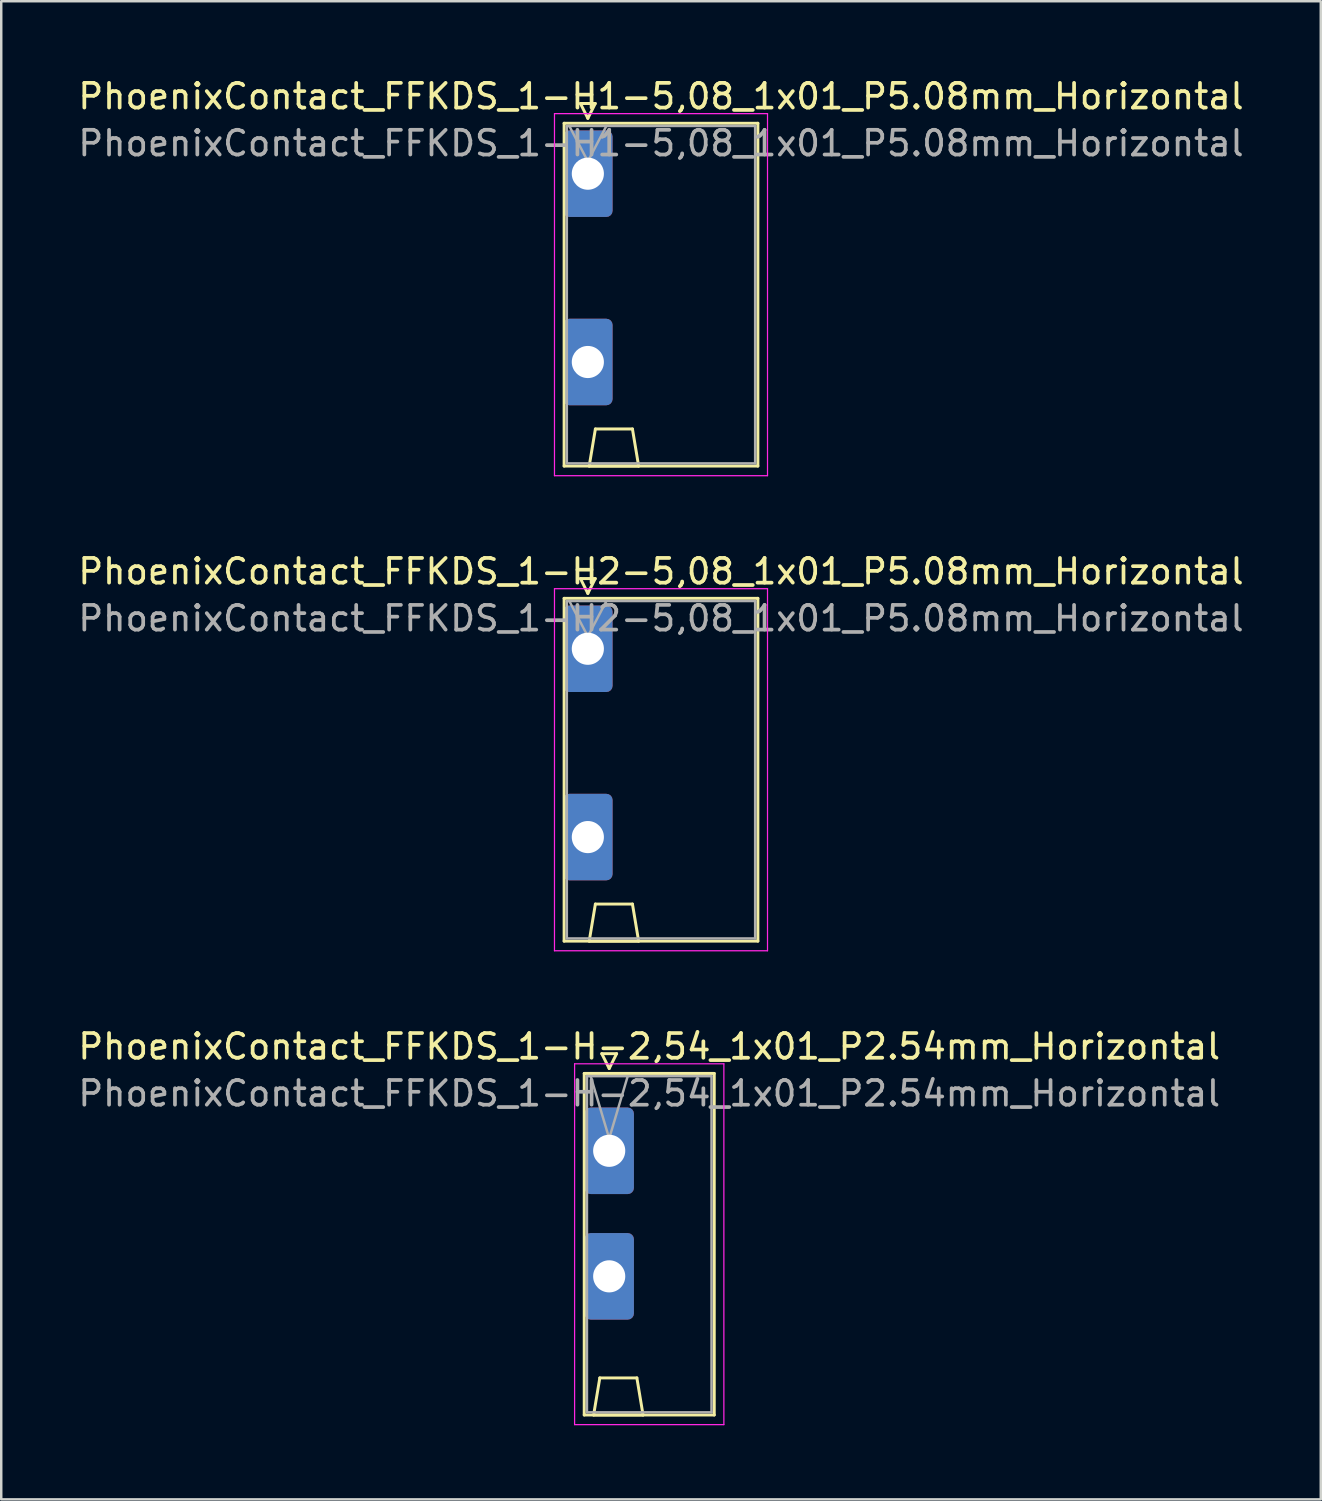
<source format=kicad_pcb>
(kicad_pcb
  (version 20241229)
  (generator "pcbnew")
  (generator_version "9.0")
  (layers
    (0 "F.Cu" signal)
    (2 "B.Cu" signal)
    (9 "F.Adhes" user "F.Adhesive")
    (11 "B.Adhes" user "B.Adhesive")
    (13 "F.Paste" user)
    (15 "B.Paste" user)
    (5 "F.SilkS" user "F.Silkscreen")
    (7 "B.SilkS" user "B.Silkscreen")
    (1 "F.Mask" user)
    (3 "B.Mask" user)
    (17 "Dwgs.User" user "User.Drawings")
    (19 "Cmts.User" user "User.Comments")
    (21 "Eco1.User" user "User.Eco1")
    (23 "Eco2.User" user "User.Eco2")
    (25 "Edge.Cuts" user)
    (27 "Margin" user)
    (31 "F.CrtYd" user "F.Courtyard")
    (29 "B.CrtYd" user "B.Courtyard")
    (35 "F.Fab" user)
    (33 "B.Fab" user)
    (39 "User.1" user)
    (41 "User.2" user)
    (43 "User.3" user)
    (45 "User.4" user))
  (footprint "PhoenixContact_FFKDS_1-H-2,54_1x01_P2.54mm_Horizontal"
    (layer "F.Cu")
    (at 21.6 43.515)
    (property "Reference" "PhoenixContact_FFKDS_1-H-2,54_1x01_P2.54mm_Horizontal" (at 1.62 -4.22 0) (layer "F.SilkS") (effects (font (size 1 1) (thickness 0.15))))
    (attr through_hole)
    (fp_line (start -1.01 -3.13) (end -1.01 10.69) (stroke (width 0.12) (type solid)) (layer "F.SilkS"))
    (fp_line (start -1.01 10.69) (end 4.25 10.69) (stroke (width 0.12) (type solid)) (layer "F.SilkS"))
    (fp_line (start -0.63 10.69) (end 1.37 10.69) (stroke (width 0.12) (type solid)) (layer "F.SilkS"))
    (fp_line (start -0.38 9.19) (end -0.63 10.69) (stroke (width 0.12) (type solid)) (layer "F.SilkS"))
    (fp_line (start -0.3 -3.93) (end 0.3 -3.93) (stroke (width 0.12) (type solid)) (layer "F.SilkS"))
    (fp_line (start 0 -3.33) (end -0.3 -3.93) (stroke (width 0.12) (type solid)) (layer "F.SilkS"))
    (fp_line (start 0.3 -3.93) (end 0 -3.33) (stroke (width 0.12) (type solid)) (layer "F.SilkS"))
    (fp_line (start 1.12 9.19) (end -0.38 9.19) (stroke (width 0.12) (type solid)) (layer "F.SilkS"))
    (fp_line (start 1.37 10.69) (end 1.12 9.19) (stroke (width 0.12) (type solid)) (layer "F.SilkS"))
    (fp_line (start 4.25 -3.13) (end -1.01 -3.13) (stroke (width 0.12) (type solid)) (layer "F.SilkS"))
    (fp_line (start 4.25 10.69) (end 4.25 -3.13) (stroke (width 0.12) (type solid)) (layer "F.SilkS"))
    (fp_line (start -1.4 -3.52) (end -1.4 11.08) (stroke (width 0.05) (type solid)) (layer "F.CrtYd"))
    (fp_line (start -1.4 11.08) (end 4.64 11.08) (stroke (width 0.05) (type solid)) (layer "F.CrtYd"))
    (fp_line (start 4.64 -3.52) (end -1.4 -3.52) (stroke (width 0.05) (type solid)) (layer "F.CrtYd"))
    (fp_line (start 4.64 11.08) (end 4.64 -3.52) (stroke (width 0.05) (type solid)) (layer "F.CrtYd"))
    (fp_line (start -0.9 -3.02) (end -0.9 10.58) (stroke (width 0.1) (type solid)) (layer "F.Fab"))
    (fp_line (start -0.9 10.58) (end 4.14 10.58) (stroke (width 0.1) (type solid)) (layer "F.Fab"))
    (fp_line (start 0 -0.5) (end -0.75 -3.02) (stroke (width 0.1) (type solid)) (layer "F.Fab"))
    (fp_line (start 0.75 -3.02) (end 0 -0.5) (stroke (width 0.1) (type solid)) (layer "F.Fab"))
    (fp_line (start 4.14 -3.02) (end -0.9 -3.02) (stroke (width 0.1) (type solid)) (layer "F.Fab"))
    (fp_line (start 4.14 10.58) (end 4.14 -3.02) (stroke (width 0.1) (type solid)) (layer "F.Fab"))
    (fp_text user "${REFERENCE}" (at 1.62 -2.32 0) (layer "F.Fab") (effects (font (size 1 1) (thickness 0.15))))
    (pad "1" thru_hole roundrect (at 0 0) (size 2 3.5) (drill 1.3) (layers "*.Cu" "*.Mask") (roundrect_rratio 0.125))
    (pad "1" thru_hole roundrect (at 0 5.08) (size 2 3.5) (drill 1.3) (layers "*.Cu" "*.Mask") (roundrect_rratio 0.125)))
  (footprint "PhoenixContact_FFKDS_1-H1-5,08_1x01_P5.08mm_Horizontal"
    (layer "F.Cu")
    (at 20.736 3.978)
    (property "Reference" "PhoenixContact_FFKDS_1-H1-5,08_1x01_P5.08mm_Horizontal" (at 2.96 -3.13 0) (layer "F.SilkS") (effects (font (size 1 1) (thickness 0.15))))
    (attr through_hole)
    (fp_line (start -0.96 -2.04) (end -0.96 11.83) (stroke (width 0.12) (type solid)) (layer "F.SilkS"))
    (fp_line (start -0.96 11.83) (end 6.88 11.83) (stroke (width 0.12) (type solid)) (layer "F.SilkS"))
    (fp_line (start -0.3 -2.84) (end 0.3 -2.84) (stroke (width 0.12) (type solid)) (layer "F.SilkS"))
    (fp_line (start 0 -2.24) (end -0.3 -2.84) (stroke (width 0.12) (type solid)) (layer "F.SilkS"))
    (fp_line (start 0.055 11.83) (end 2.055 11.83) (stroke (width 0.12) (type solid)) (layer "F.SilkS"))
    (fp_line (start 0.3 -2.84) (end 0 -2.24) (stroke (width 0.12) (type solid)) (layer "F.SilkS"))
    (fp_line (start 0.305 10.33) (end 0.055 11.83) (stroke (width 0.12) (type solid)) (layer "F.SilkS"))
    (fp_line (start 1.805 10.33) (end 0.305 10.33) (stroke (width 0.12) (type solid)) (layer "F.SilkS"))
    (fp_line (start 2.055 11.83) (end 1.805 10.33) (stroke (width 0.12) (type solid)) (layer "F.SilkS"))
    (fp_line (start 6.88 -2.04) (end -0.96 -2.04) (stroke (width 0.12) (type solid)) (layer "F.SilkS"))
    (fp_line (start 6.88 11.83) (end 6.88 -2.04) (stroke (width 0.12) (type solid)) (layer "F.SilkS"))
    (fp_line (start -1.35 -2.43) (end -1.35 12.22) (stroke (width 0.05) (type solid)) (layer "F.CrtYd"))
    (fp_line (start -1.35 12.22) (end 7.27 12.22) (stroke (width 0.05) (type solid)) (layer "F.CrtYd"))
    (fp_line (start 7.27 -2.43) (end -1.35 -2.43) (stroke (width 0.05) (type solid)) (layer "F.CrtYd"))
    (fp_line (start 7.27 12.22) (end 7.27 -2.43) (stroke (width 0.05) (type solid)) (layer "F.CrtYd"))
    (fp_line (start -0.85 -1.93) (end -0.85 11.72) (stroke (width 0.1) (type solid)) (layer "F.Fab"))
    (fp_line (start -0.85 11.72) (end 6.77 11.72) (stroke (width 0.1) (type solid)) (layer "F.Fab"))
    (fp_line (start 0 -0.5) (end -0.75 -1.93) (stroke (width 0.1) (type solid)) (layer "F.Fab"))
    (fp_line (start 0.75 -1.93) (end 0 -0.5) (stroke (width 0.1) (type solid)) (layer "F.Fab"))
    (fp_line (start 6.77 -1.93) (end -0.85 -1.93) (stroke (width 0.1) (type solid)) (layer "F.Fab"))
    (fp_line (start 6.77 11.72) (end 6.77 -1.93) (stroke (width 0.1) (type solid)) (layer "F.Fab"))
    (fp_text user "${REFERENCE}" (at 2.96 -1.23 0) (layer "F.Fab") (effects (font (size 1 1) (thickness 0.15))))
    (pad "1" thru_hole roundrect (at 0 0) (size 2 3.5) (drill 1.3) (layers "*.Cu" "*.Mask") (roundrect_rratio 0.125))
    (pad "1" thru_hole roundrect (at 0 7.62) (size 2 3.5) (drill 1.3) (layers "*.Cu" "*.Mask") (roundrect_rratio 0.125)))
  (footprint "PhoenixContact_FFKDS_1-H2-5,08_1x01_P5.08mm_Horizontal"
    (layer "F.Cu")
    (at 20.736 23.201)
    (property "Reference" "PhoenixContact_FFKDS_1-H2-5,08_1x01_P5.08mm_Horizontal" (at 2.96 -3.13 0) (layer "F.SilkS") (effects (font (size 1 1) (thickness 0.15))))
    (attr through_hole)
    (fp_line (start -0.96 -2.04) (end -0.96 11.83) (stroke (width 0.12) (type solid)) (layer "F.SilkS"))
    (fp_line (start -0.96 11.83) (end 6.88 11.83) (stroke (width 0.12) (type solid)) (layer "F.SilkS"))
    (fp_line (start -0.3 -2.84) (end 0.3 -2.84) (stroke (width 0.12) (type solid)) (layer "F.SilkS"))
    (fp_line (start 0 -2.24) (end -0.3 -2.84) (stroke (width 0.12) (type solid)) (layer "F.SilkS"))
    (fp_line (start 0.055 11.83) (end 2.055 11.83) (stroke (width 0.12) (type solid)) (layer "F.SilkS"))
    (fp_line (start 0.3 -2.84) (end 0 -2.24) (stroke (width 0.12) (type solid)) (layer "F.SilkS"))
    (fp_line (start 0.305 10.33) (end 0.055 11.83) (stroke (width 0.12) (type solid)) (layer "F.SilkS"))
    (fp_line (start 1.805 10.33) (end 0.305 10.33) (stroke (width 0.12) (type solid)) (layer "F.SilkS"))
    (fp_line (start 2.055 11.83) (end 1.805 10.33) (stroke (width 0.12) (type solid)) (layer "F.SilkS"))
    (fp_line (start 6.88 -2.04) (end -0.96 -2.04) (stroke (width 0.12) (type solid)) (layer "F.SilkS"))
    (fp_line (start 6.88 11.83) (end 6.88 -2.04) (stroke (width 0.12) (type solid)) (layer "F.SilkS"))
    (fp_line (start -1.35 -2.43) (end -1.35 12.22) (stroke (width 0.05) (type solid)) (layer "F.CrtYd"))
    (fp_line (start -1.35 12.22) (end 7.27 12.22) (stroke (width 0.05) (type solid)) (layer "F.CrtYd"))
    (fp_line (start 7.27 -2.43) (end -1.35 -2.43) (stroke (width 0.05) (type solid)) (layer "F.CrtYd"))
    (fp_line (start 7.27 12.22) (end 7.27 -2.43) (stroke (width 0.05) (type solid)) (layer "F.CrtYd"))
    (fp_line (start -0.85 -1.93) (end -0.85 11.72) (stroke (width 0.1) (type solid)) (layer "F.Fab"))
    (fp_line (start -0.85 11.72) (end 6.77 11.72) (stroke (width 0.1) (type solid)) (layer "F.Fab"))
    (fp_line (start 0 -0.5) (end -0.75 -1.93) (stroke (width 0.1) (type solid)) (layer "F.Fab"))
    (fp_line (start 0.75 -1.93) (end 0 -0.5) (stroke (width 0.1) (type solid)) (layer "F.Fab"))
    (fp_line (start 6.77 -1.93) (end -0.85 -1.93) (stroke (width 0.1) (type solid)) (layer "F.Fab"))
    (fp_line (start 6.77 11.72) (end 6.77 -1.93) (stroke (width 0.1) (type solid)) (layer "F.Fab"))
    (fp_text user "${REFERENCE}" (at 2.96 -1.23 0) (layer "F.Fab") (effects (font (size 1 1) (thickness 0.15))))
    (pad "1" thru_hole roundrect (at 0 0) (size 2 3.5) (drill 1.3) (layers "*.Cu" "*.Mask") (roundrect_rratio 0.125))
    (pad "1" thru_hole roundrect (at 0 7.62) (size 2 3.5) (drill 1.3) (layers "*.Cu" "*.Mask") (roundrect_rratio 0.125)))
  (gr_rect
    (start -3 -3)
    (end 50.393 57.62)
    (stroke (width 0.1) (type default))
    (fill no)
    (layer "Edge.Cuts")))
</source>
